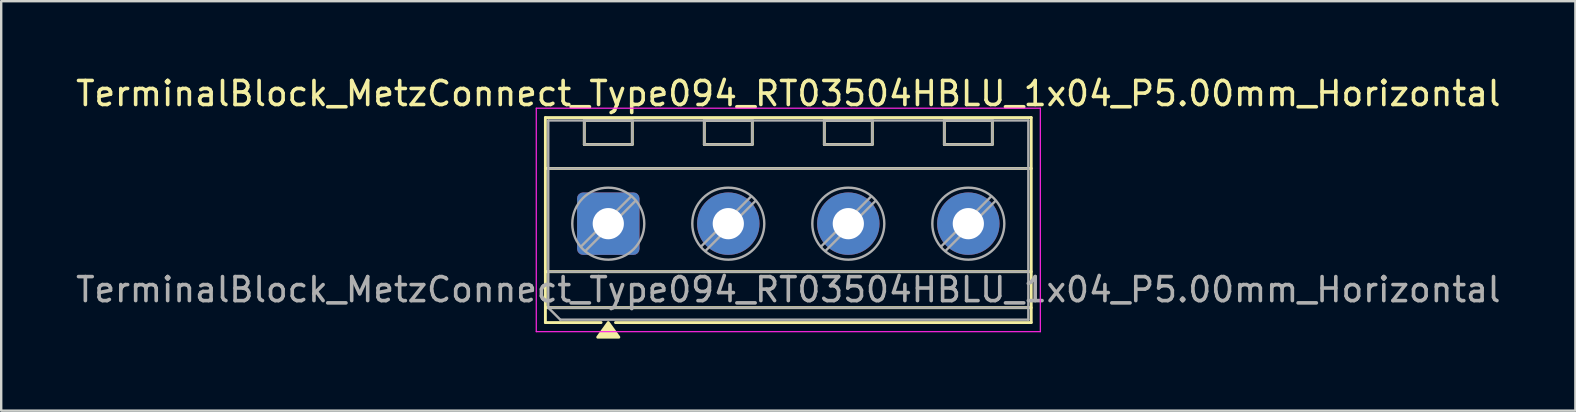
<source format=kicad_pcb>
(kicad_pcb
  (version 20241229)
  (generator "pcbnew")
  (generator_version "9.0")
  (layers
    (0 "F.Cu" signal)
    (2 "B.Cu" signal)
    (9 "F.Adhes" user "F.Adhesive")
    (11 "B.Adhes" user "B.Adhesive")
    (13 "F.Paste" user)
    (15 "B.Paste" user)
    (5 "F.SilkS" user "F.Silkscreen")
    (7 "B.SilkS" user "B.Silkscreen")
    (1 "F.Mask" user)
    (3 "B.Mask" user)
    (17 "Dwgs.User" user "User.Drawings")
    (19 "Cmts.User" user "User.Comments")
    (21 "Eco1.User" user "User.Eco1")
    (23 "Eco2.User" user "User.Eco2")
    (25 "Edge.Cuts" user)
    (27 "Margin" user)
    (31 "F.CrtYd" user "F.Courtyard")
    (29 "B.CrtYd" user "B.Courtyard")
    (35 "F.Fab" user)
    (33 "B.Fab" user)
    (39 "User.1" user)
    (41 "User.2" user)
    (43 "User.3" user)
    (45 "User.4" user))
  (footprint "TerminalBlock_MetzConnect_Type094_RT03504HBLU_1x04_P5.00mm_Horizontal"
    (layer "F.Cu")
    (at 22.292 6.268)
    (property "Reference" "TerminalBlock_MetzConnect_Type094_RT03504HBLU_1x04_P5.00mm_Horizontal" (at 7.5 -5.42 0) (layer "F.SilkS") (effects (font (size 1 1) (thickness 0.15))))
    (attr through_hole)
    (fp_line (start -2.62 -4.42) (end 17.62 -4.42) (stroke (width 0.12) (type solid)) (layer "F.SilkS"))
    (fp_line (start -2.62 -2.3) (end 17.62 -2.3) (stroke (width 0.12) (type solid)) (layer "F.SilkS"))
    (fp_line (start -2.62 2) (end 17.62 2) (stroke (width 0.12) (type solid)) (layer "F.SilkS"))
    (fp_line (start -2.62 3.5) (end 17.62 3.5) (stroke (width 0.12) (type solid)) (layer "F.SilkS"))
    (fp_line (start -2.62 4.12) (end -2.62 -4.42) (stroke (width 0.12) (type solid)) (layer "F.SilkS"))
    (fp_line (start -1 -4.3) (end 1 -4.3) (stroke (width 0.12) (type solid)) (layer "F.SilkS"))
    (fp_line (start -1 -3.3) (end -1 -4.3) (stroke (width 0.12) (type solid)) (layer "F.SilkS"))
    (fp_line (start -0.3 4.12) (end -2.62 4.12) (stroke (width 0.12) (type solid)) (layer "F.SilkS"))
    (fp_line (start 1 -4.3) (end 1 -3.3) (stroke (width 0.12) (type solid)) (layer "F.SilkS"))
    (fp_line (start 1 -3.3) (end -1 -3.3) (stroke (width 0.12) (type solid)) (layer "F.SilkS"))
    (fp_line (start 4 -4.3) (end 6 -4.3) (stroke (width 0.12) (type solid)) (layer "F.SilkS"))
    (fp_line (start 4 -3.3) (end 4 -4.3) (stroke (width 0.12) (type solid)) (layer "F.SilkS"))
    (fp_line (start 6 -4.3) (end 6 -3.3) (stroke (width 0.12) (type solid)) (layer "F.SilkS"))
    (fp_line (start 6 -3.3) (end 4 -3.3) (stroke (width 0.12) (type solid)) (layer "F.SilkS"))
    (fp_line (start 9 -4.3) (end 11 -4.3) (stroke (width 0.12) (type solid)) (layer "F.SilkS"))
    (fp_line (start 9 -3.3) (end 9 -4.3) (stroke (width 0.12) (type solid)) (layer "F.SilkS"))
    (fp_line (start 11 -4.3) (end 11 -3.3) (stroke (width 0.12) (type solid)) (layer "F.SilkS"))
    (fp_line (start 11 -3.3) (end 9 -3.3) (stroke (width 0.12) (type solid)) (layer "F.SilkS"))
    (fp_line (start 14 -4.3) (end 16 -4.3) (stroke (width 0.12) (type solid)) (layer "F.SilkS"))
    (fp_line (start 14 -3.3) (end 14 -4.3) (stroke (width 0.12) (type solid)) (layer "F.SilkS"))
    (fp_line (start 16 -4.3) (end 16 -3.3) (stroke (width 0.12) (type solid)) (layer "F.SilkS"))
    (fp_line (start 16 -3.3) (end 14 -3.3) (stroke (width 0.12) (type solid)) (layer "F.SilkS"))
    (fp_line (start 17.62 -4.42) (end 17.62 4.12) (stroke (width 0.12) (type solid)) (layer "F.SilkS"))
    (fp_line (start 17.62 4.12) (end 0.3 4.12) (stroke (width 0.12) (type solid)) (layer "F.SilkS"))
    (fp_poly (pts (xy 0 4.12) (xy 0.44 4.73) (xy -0.44 4.73)) (stroke (width 0.12) (type solid)) (fill yes) (layer "F.SilkS"))
    (fp_line (start -3 -4.81) (end -3 4.5) (stroke (width 0.05) (type solid)) (layer "F.CrtYd"))
    (fp_line (start -3 4.5) (end 18 4.5) (stroke (width 0.05) (type solid)) (layer "F.CrtYd"))
    (fp_line (start 18 -4.81) (end -3 -4.81) (stroke (width 0.05) (type solid)) (layer "F.CrtYd"))
    (fp_line (start 18 4.5) (end 18 -4.81) (stroke (width 0.05) (type solid)) (layer "F.CrtYd"))
    (fp_line (start -2.5 -4.3) (end 17.5 -4.3) (stroke (width 0.1) (type solid)) (layer "F.Fab"))
    (fp_line (start -2.5 -2.3) (end 17.5 -2.3) (stroke (width 0.1) (type solid)) (layer "F.Fab"))
    (fp_line (start -2.5 2) (end 17.5 2) (stroke (width 0.1) (type solid)) (layer "F.Fab"))
    (fp_line (start -2.5 3.5) (end -2.5 -4.3) (stroke (width 0.1) (type solid)) (layer "F.Fab"))
    (fp_line (start -2.5 3.5) (end 17.5 3.5) (stroke (width 0.1) (type solid)) (layer "F.Fab"))
    (fp_line (start -2 4) (end -2.5 3.5) (stroke (width 0.1) (type solid)) (layer "F.Fab"))
    (fp_line (start -1 -4.3) (end -1 -3.3) (stroke (width 0.1) (type solid)) (layer "F.Fab"))
    (fp_line (start -1 -3.3) (end 1 -3.3) (stroke (width 0.1) (type solid)) (layer "F.Fab"))
    (fp_line (start 0.955 -1.138) (end -1.138 0.955) (stroke (width 0.1) (type solid)) (layer "F.Fab"))
    (fp_line (start 1 -4.3) (end -1 -4.3) (stroke (width 0.1) (type solid)) (layer "F.Fab"))
    (fp_line (start 1 -3.3) (end 1 -4.3) (stroke (width 0.1) (type solid)) (layer "F.Fab"))
    (fp_line (start 1.138 -0.955) (end -0.955 1.138) (stroke (width 0.1) (type solid)) (layer "F.Fab"))
    (fp_line (start 4 -4.3) (end 4 -3.3) (stroke (width 0.1) (type solid)) (layer "F.Fab"))
    (fp_line (start 4 -3.3) (end 6 -3.3) (stroke (width 0.1) (type solid)) (layer "F.Fab"))
    (fp_line (start 5.955 -1.138) (end 3.862 0.955) (stroke (width 0.1) (type solid)) (layer "F.Fab"))
    (fp_line (start 6 -4.3) (end 4 -4.3) (stroke (width 0.1) (type solid)) (layer "F.Fab"))
    (fp_line (start 6 -3.3) (end 6 -4.3) (stroke (width 0.1) (type solid)) (layer "F.Fab"))
    (fp_line (start 6.138 -0.955) (end 4.045 1.138) (stroke (width 0.1) (type solid)) (layer "F.Fab"))
    (fp_line (start 9 -4.3) (end 9 -3.3) (stroke (width 0.1) (type solid)) (layer "F.Fab"))
    (fp_line (start 9 -3.3) (end 11 -3.3) (stroke (width 0.1) (type solid)) (layer "F.Fab"))
    (fp_line (start 10.955 -1.138) (end 8.862 0.955) (stroke (width 0.1) (type solid)) (layer "F.Fab"))
    (fp_line (start 11 -4.3) (end 9 -4.3) (stroke (width 0.1) (type solid)) (layer "F.Fab"))
    (fp_line (start 11 -3.3) (end 11 -4.3) (stroke (width 0.1) (type solid)) (layer "F.Fab"))
    (fp_line (start 11.138 -0.955) (end 9.045 1.138) (stroke (width 0.1) (type solid)) (layer "F.Fab"))
    (fp_line (start 14 -4.3) (end 14 -3.3) (stroke (width 0.1) (type solid)) (layer "F.Fab"))
    (fp_line (start 14 -3.3) (end 16 -3.3) (stroke (width 0.1) (type solid)) (layer "F.Fab"))
    (fp_line (start 15.955 -1.138) (end 13.862 0.955) (stroke (width 0.1) (type solid)) (layer "F.Fab"))
    (fp_line (start 16 -4.3) (end 14 -4.3) (stroke (width 0.1) (type solid)) (layer "F.Fab"))
    (fp_line (start 16 -3.3) (end 16 -4.3) (stroke (width 0.1) (type solid)) (layer "F.Fab"))
    (fp_line (start 16.138 -0.955) (end 14.045 1.138) (stroke (width 0.1) (type solid)) (layer "F.Fab"))
    (fp_line (start 17.5 -4.3) (end 17.5 4) (stroke (width 0.1) (type solid)) (layer "F.Fab"))
    (fp_line (start 17.5 4) (end -2 4) (stroke (width 0.1) (type solid)) (layer "F.Fab"))
    (fp_circle (center 0 0) (end 1.5 0) (stroke (width 0.1) (type solid)) (fill no) (layer "F.Fab"))
    (fp_circle (center 5 0) (end 6.5 0) (stroke (width 0.1) (type solid)) (fill no) (layer "F.Fab"))
    (fp_circle (center 10 0) (end 11.5 0) (stroke (width 0.1) (type solid)) (fill no) (layer "F.Fab"))
    (fp_circle (center 15 0) (end 16.5 0) (stroke (width 0.1) (type solid)) (fill no) (layer "F.Fab"))
    (fp_text user "${REFERENCE}" (at 7.5 2.75 0) (layer "F.Fab") (effects (font (size 1 1) (thickness 0.15))))
    (pad "1" thru_hole roundrect (at 0 0) (size 2.6 2.6) (drill 1.3) (layers "*.Cu" "*.Mask") (roundrect_rratio 0.096))
    (pad "2" thru_hole circle (at 5 0) (size 2.6 2.6) (drill 1.3) (layers "*.Cu" "*.Mask"))
    (pad "3" thru_hole circle (at 10 0) (size 2.6 2.6) (drill 1.3) (layers "*.Cu" "*.Mask"))
    (pad "4" thru_hole circle (at 15 0) (size 2.6 2.6) (drill 1.3) (layers "*.Cu" "*.Mask")))
  (gr_rect
    (start -3 -3)
    (end 62.583 14.058)
    (stroke (width 0.1) (type default))
    (fill no)
    (layer "Edge.Cuts")))
</source>
